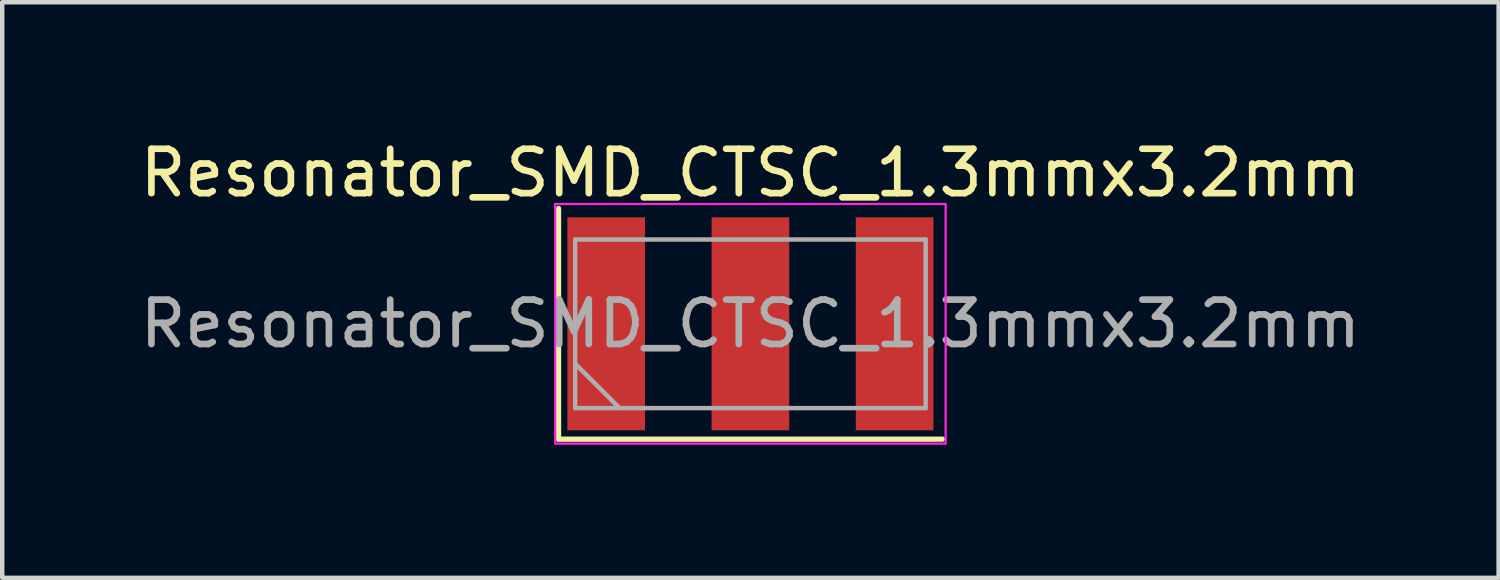
<source format=kicad_pcb>
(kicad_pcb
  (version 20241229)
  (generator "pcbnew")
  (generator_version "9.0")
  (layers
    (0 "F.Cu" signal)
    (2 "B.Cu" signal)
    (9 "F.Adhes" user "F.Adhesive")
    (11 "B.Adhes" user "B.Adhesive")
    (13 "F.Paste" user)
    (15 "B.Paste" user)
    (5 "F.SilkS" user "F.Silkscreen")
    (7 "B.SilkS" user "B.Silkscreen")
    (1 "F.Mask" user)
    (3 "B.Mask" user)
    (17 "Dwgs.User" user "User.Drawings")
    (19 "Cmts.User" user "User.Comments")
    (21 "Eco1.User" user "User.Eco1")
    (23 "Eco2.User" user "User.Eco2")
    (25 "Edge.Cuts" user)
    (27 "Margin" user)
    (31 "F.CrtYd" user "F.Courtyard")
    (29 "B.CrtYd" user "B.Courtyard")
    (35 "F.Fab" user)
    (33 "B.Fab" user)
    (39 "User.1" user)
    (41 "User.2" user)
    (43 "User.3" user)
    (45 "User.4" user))
  (footprint "Resonator_SMD_CTSC_1.3mmx3.2mm"
    (layer "F.Cu")
    (at 13.863 4.248)
    (property "Reference" "Resonator_SMD_CTSC_1.3mmx3.2mm" (at 0 -3.4 0) (layer "F.SilkS") (effects (font (size 1 1) (thickness 0.15))))
    (attr smd)
    (fp_line (start -4.325 -2.6) (end -4.325 2.6) (stroke (width 0.12) (type solid)) (layer "F.SilkS"))
    (fp_line (start -4.325 2.6) (end 4.325 2.6) (stroke (width 0.12) (type solid)) (layer "F.SilkS"))
    (fp_line (start -4.4 -2.7) (end -4.4 2.7) (stroke (width 0.05) (type solid)) (layer "F.CrtYd"))
    (fp_line (start -4.4 2.7) (end 4.4 2.7) (stroke (width 0.05) (type solid)) (layer "F.CrtYd"))
    (fp_line (start 4.4 -2.7) (end -4.4 -2.7) (stroke (width 0.05) (type solid)) (layer "F.CrtYd"))
    (fp_line (start 4.4 2.7) (end 4.4 -2.7) (stroke (width 0.05) (type solid)) (layer "F.CrtYd"))
    (fp_line (start -3.95 -1.9) (end -3.95 1.9) (stroke (width 0.1) (type solid)) (layer "F.Fab"))
    (fp_line (start -3.95 0.9) (end -2.95 1.9) (stroke (width 0.1) (type solid)) (layer "F.Fab"))
    (fp_line (start -3.95 1.9) (end 3.95 1.9) (stroke (width 0.1) (type solid)) (layer "F.Fab"))
    (fp_line (start 3.95 -1.9) (end -3.95 -1.9) (stroke (width 0.1) (type solid)) (layer "F.Fab"))
    (fp_line (start 3.95 1.9) (end 3.95 -1.9) (stroke (width 0.1) (type solid)) (layer "F.Fab"))
    (fp_text user "${REFERENCE}" (at 0 0 0) (layer "F.Fab") (effects (font (size 1 1) (thickness 0.15))))
    (pad "1" smd rect (at -3.25 0) (size 1.75 4.8) (layers "F.Cu" "F.Mask" "F.Paste"))
    (pad "2" smd rect (at 0 0) (size 1.75 4.8) (layers "F.Cu" "F.Mask" "F.Paste"))
    (pad "3" smd rect (at 3.25 0) (size 1.75 4.8) (layers "F.Cu" "F.Mask" "F.Paste")))
  (gr_rect
    (start -3 -3)
    (end 30.726 9.973)
    (stroke (width 0.1) (type default))
    (fill no)
    (layer "Edge.Cuts")))
</source>
